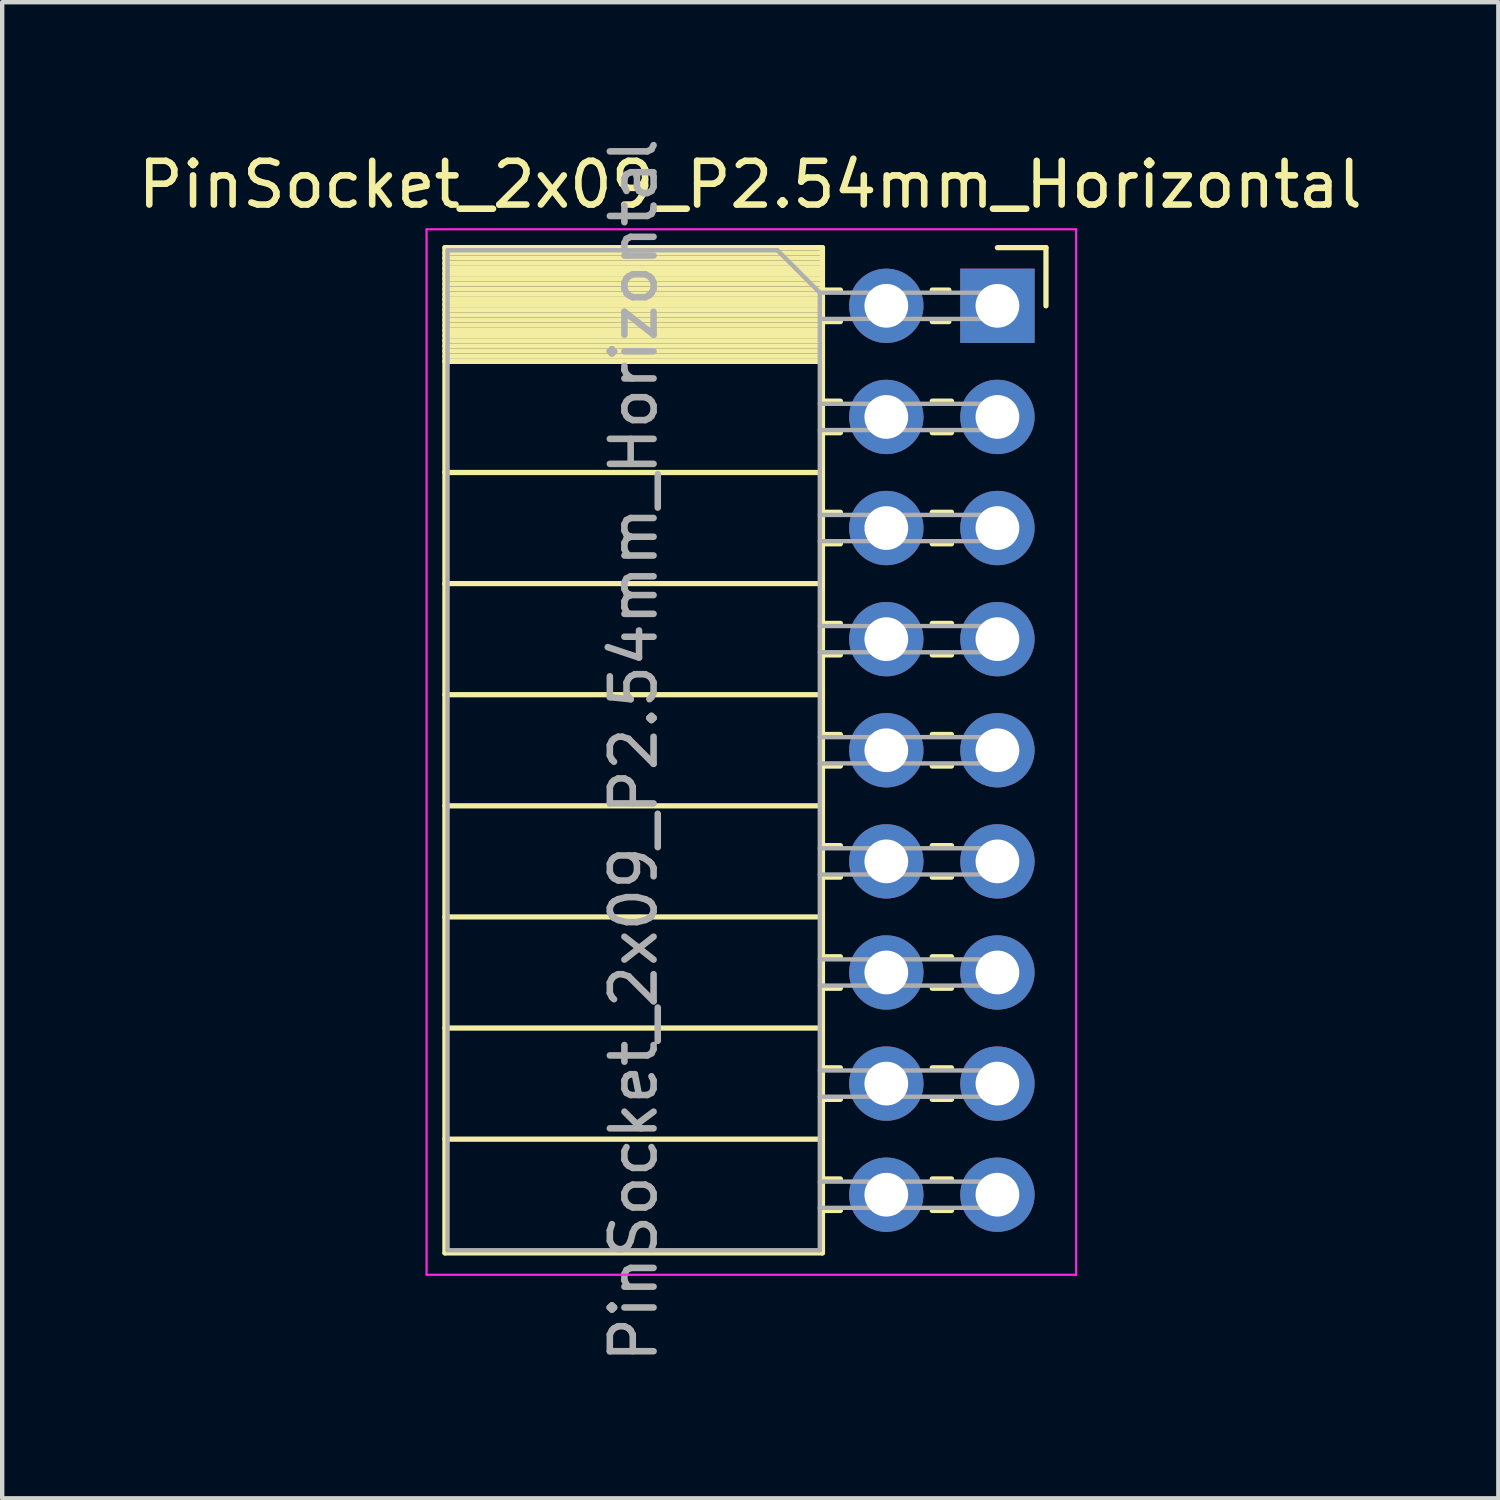
<source format=kicad_pcb>
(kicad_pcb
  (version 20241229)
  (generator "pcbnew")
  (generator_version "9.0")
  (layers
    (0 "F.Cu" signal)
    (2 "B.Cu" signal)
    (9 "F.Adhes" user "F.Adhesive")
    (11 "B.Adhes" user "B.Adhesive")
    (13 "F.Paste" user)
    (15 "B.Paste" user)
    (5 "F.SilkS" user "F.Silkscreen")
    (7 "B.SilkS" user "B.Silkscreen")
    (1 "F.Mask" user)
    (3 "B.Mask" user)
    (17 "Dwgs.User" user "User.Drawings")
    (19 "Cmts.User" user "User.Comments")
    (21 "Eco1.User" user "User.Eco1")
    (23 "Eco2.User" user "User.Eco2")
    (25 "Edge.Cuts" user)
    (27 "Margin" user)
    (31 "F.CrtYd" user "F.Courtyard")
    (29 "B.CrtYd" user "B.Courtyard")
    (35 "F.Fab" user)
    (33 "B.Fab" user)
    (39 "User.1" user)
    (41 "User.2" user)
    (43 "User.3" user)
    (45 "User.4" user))
  (footprint "PinSocket_2x09_P2.54mm_Horizontal"
    (layer "F.Cu")
    (at 19.751 3.941)
    (property "Reference" "PinSocket_2x09_P2.54mm_Horizontal" (at -5.65 -2.77 0) (layer "F.SilkS") (effects (font (size 1 1) (thickness 0.15))))
    (attr through_hole)
    (fp_line (start -12.63 -1.33) (end -12.63 21.65) (stroke (width 0.12) (type solid)) (layer "F.SilkS"))
    (fp_line (start -12.63 -1.33) (end -4 -1.33) (stroke (width 0.12) (type solid)) (layer "F.SilkS"))
    (fp_line (start -12.63 -1.21) (end -4 -1.21) (stroke (width 0.12) (type solid)) (layer "F.SilkS"))
    (fp_line (start -12.63 -1.092) (end -4 -1.092) (stroke (width 0.12) (type solid)) (layer "F.SilkS"))
    (fp_line (start -12.63 -0.974) (end -4 -0.974) (stroke (width 0.12) (type solid)) (layer "F.SilkS"))
    (fp_line (start -12.63 -0.856) (end -4 -0.856) (stroke (width 0.12) (type solid)) (layer "F.SilkS"))
    (fp_line (start -12.63 -0.738) (end -4 -0.738) (stroke (width 0.12) (type solid)) (layer "F.SilkS"))
    (fp_line (start -12.63 -0.62) (end -4 -0.62) (stroke (width 0.12) (type solid)) (layer "F.SilkS"))
    (fp_line (start -12.63 -0.501) (end -4 -0.501) (stroke (width 0.12) (type solid)) (layer "F.SilkS"))
    (fp_line (start -12.63 -0.383) (end -4 -0.383) (stroke (width 0.12) (type solid)) (layer "F.SilkS"))
    (fp_line (start -12.63 -0.265) (end -4 -0.265) (stroke (width 0.12) (type solid)) (layer "F.SilkS"))
    (fp_line (start -12.63 -0.147) (end -4 -0.147) (stroke (width 0.12) (type solid)) (layer "F.SilkS"))
    (fp_line (start -12.63 -0.029) (end -4 -0.029) (stroke (width 0.12) (type solid)) (layer "F.SilkS"))
    (fp_line (start -12.63 0.089) (end -4 0.089) (stroke (width 0.12) (type solid)) (layer "F.SilkS"))
    (fp_line (start -12.63 0.207) (end -4 0.207) (stroke (width 0.12) (type solid)) (layer "F.SilkS"))
    (fp_line (start -12.63 0.325) (end -4 0.325) (stroke (width 0.12) (type solid)) (layer "F.SilkS"))
    (fp_line (start -12.63 0.443) (end -4 0.443) (stroke (width 0.12) (type solid)) (layer "F.SilkS"))
    (fp_line (start -12.63 0.561) (end -4 0.561) (stroke (width 0.12) (type solid)) (layer "F.SilkS"))
    (fp_line (start -12.63 0.68) (end -4 0.68) (stroke (width 0.12) (type solid)) (layer "F.SilkS"))
    (fp_line (start -12.63 0.798) (end -4 0.798) (stroke (width 0.12) (type solid)) (layer "F.SilkS"))
    (fp_line (start -12.63 0.916) (end -4 0.916) (stroke (width 0.12) (type solid)) (layer "F.SilkS"))
    (fp_line (start -12.63 1.034) (end -4 1.034) (stroke (width 0.12) (type solid)) (layer "F.SilkS"))
    (fp_line (start -12.63 1.152) (end -4 1.152) (stroke (width 0.12) (type solid)) (layer "F.SilkS"))
    (fp_line (start -12.63 1.27) (end -4 1.27) (stroke (width 0.12) (type solid)) (layer "F.SilkS"))
    (fp_line (start -12.63 3.81) (end -4 3.81) (stroke (width 0.12) (type solid)) (layer "F.SilkS"))
    (fp_line (start -12.63 6.35) (end -4 6.35) (stroke (width 0.12) (type solid)) (layer "F.SilkS"))
    (fp_line (start -12.63 8.89) (end -4 8.89) (stroke (width 0.12) (type solid)) (layer "F.SilkS"))
    (fp_line (start -12.63 11.43) (end -4 11.43) (stroke (width 0.12) (type solid)) (layer "F.SilkS"))
    (fp_line (start -12.63 13.97) (end -4 13.97) (stroke (width 0.12) (type solid)) (layer "F.SilkS"))
    (fp_line (start -12.63 16.51) (end -4 16.51) (stroke (width 0.12) (type solid)) (layer "F.SilkS"))
    (fp_line (start -12.63 19.05) (end -4 19.05) (stroke (width 0.12) (type solid)) (layer "F.SilkS"))
    (fp_line (start -12.63 21.65) (end -4 21.65) (stroke (width 0.12) (type solid)) (layer "F.SilkS"))
    (fp_line (start -4 -1.33) (end -4 21.65) (stroke (width 0.12) (type solid)) (layer "F.SilkS"))
    (fp_line (start -4 -0.36) (end -3.59 -0.36) (stroke (width 0.12) (type solid)) (layer "F.SilkS"))
    (fp_line (start -4 0.36) (end -3.59 0.36) (stroke (width 0.12) (type solid)) (layer "F.SilkS"))
    (fp_line (start -4 2.18) (end -3.59 2.18) (stroke (width 0.12) (type solid)) (layer "F.SilkS"))
    (fp_line (start -4 2.9) (end -3.59 2.9) (stroke (width 0.12) (type solid)) (layer "F.SilkS"))
    (fp_line (start -4 4.72) (end -3.59 4.72) (stroke (width 0.12) (type solid)) (layer "F.SilkS"))
    (fp_line (start -4 5.44) (end -3.59 5.44) (stroke (width 0.12) (type solid)) (layer "F.SilkS"))
    (fp_line (start -4 7.26) (end -3.59 7.26) (stroke (width 0.12) (type solid)) (layer "F.SilkS"))
    (fp_line (start -4 7.98) (end -3.59 7.98) (stroke (width 0.12) (type solid)) (layer "F.SilkS"))
    (fp_line (start -4 9.8) (end -3.59 9.8) (stroke (width 0.12) (type solid)) (layer "F.SilkS"))
    (fp_line (start -4 10.52) (end -3.59 10.52) (stroke (width 0.12) (type solid)) (layer "F.SilkS"))
    (fp_line (start -4 12.34) (end -3.59 12.34) (stroke (width 0.12) (type solid)) (layer "F.SilkS"))
    (fp_line (start -4 13.06) (end -3.59 13.06) (stroke (width 0.12) (type solid)) (layer "F.SilkS"))
    (fp_line (start -4 14.88) (end -3.59 14.88) (stroke (width 0.12) (type solid)) (layer "F.SilkS"))
    (fp_line (start -4 15.6) (end -3.59 15.6) (stroke (width 0.12) (type solid)) (layer "F.SilkS"))
    (fp_line (start -4 17.42) (end -3.59 17.42) (stroke (width 0.12) (type solid)) (layer "F.SilkS"))
    (fp_line (start -4 18.14) (end -3.59 18.14) (stroke (width 0.12) (type solid)) (layer "F.SilkS"))
    (fp_line (start -4 19.96) (end -3.59 19.96) (stroke (width 0.12) (type solid)) (layer "F.SilkS"))
    (fp_line (start -4 20.68) (end -3.59 20.68) (stroke (width 0.12) (type solid)) (layer "F.SilkS"))
    (fp_line (start -1.49 -0.36) (end -1.11 -0.36) (stroke (width 0.12) (type solid)) (layer "F.SilkS"))
    (fp_line (start -1.49 0.36) (end -1.11 0.36) (stroke (width 0.12) (type solid)) (layer "F.SilkS"))
    (fp_line (start -1.49 2.18) (end -1.05 2.18) (stroke (width 0.12) (type solid)) (layer "F.SilkS"))
    (fp_line (start -1.49 2.9) (end -1.05 2.9) (stroke (width 0.12) (type solid)) (layer "F.SilkS"))
    (fp_line (start -1.49 4.72) (end -1.05 4.72) (stroke (width 0.12) (type solid)) (layer "F.SilkS"))
    (fp_line (start -1.49 5.44) (end -1.05 5.44) (stroke (width 0.12) (type solid)) (layer "F.SilkS"))
    (fp_line (start -1.49 7.26) (end -1.05 7.26) (stroke (width 0.12) (type solid)) (layer "F.SilkS"))
    (fp_line (start -1.49 7.98) (end -1.05 7.98) (stroke (width 0.12) (type solid)) (layer "F.SilkS"))
    (fp_line (start -1.49 9.8) (end -1.05 9.8) (stroke (width 0.12) (type solid)) (layer "F.SilkS"))
    (fp_line (start -1.49 10.52) (end -1.05 10.52) (stroke (width 0.12) (type solid)) (layer "F.SilkS"))
    (fp_line (start -1.49 12.34) (end -1.05 12.34) (stroke (width 0.12) (type solid)) (layer "F.SilkS"))
    (fp_line (start -1.49 13.06) (end -1.05 13.06) (stroke (width 0.12) (type solid)) (layer "F.SilkS"))
    (fp_line (start -1.49 14.88) (end -1.05 14.88) (stroke (width 0.12) (type solid)) (layer "F.SilkS"))
    (fp_line (start -1.49 15.6) (end -1.05 15.6) (stroke (width 0.12) (type solid)) (layer "F.SilkS"))
    (fp_line (start -1.49 17.42) (end -1.05 17.42) (stroke (width 0.12) (type solid)) (layer "F.SilkS"))
    (fp_line (start -1.49 18.14) (end -1.05 18.14) (stroke (width 0.12) (type solid)) (layer "F.SilkS"))
    (fp_line (start -1.49 19.96) (end -1.05 19.96) (stroke (width 0.12) (type solid)) (layer "F.SilkS"))
    (fp_line (start -1.49 20.68) (end -1.05 20.68) (stroke (width 0.12) (type solid)) (layer "F.SilkS"))
    (fp_line (start 0 -1.33) (end 1.11 -1.33) (stroke (width 0.12) (type solid)) (layer "F.SilkS"))
    (fp_line (start 1.11 -1.33) (end 1.11 0) (stroke (width 0.12) (type solid)) (layer "F.SilkS"))
    (fp_line (start -13.05 -1.75) (end -13.05 22.15) (stroke (width 0.05) (type solid)) (layer "F.CrtYd"))
    (fp_line (start -13.05 22.15) (end 1.8 22.15) (stroke (width 0.05) (type solid)) (layer "F.CrtYd"))
    (fp_line (start 1.8 -1.75) (end -13.05 -1.75) (stroke (width 0.05) (type solid)) (layer "F.CrtYd"))
    (fp_line (start 1.8 22.15) (end 1.8 -1.75) (stroke (width 0.05) (type solid)) (layer "F.CrtYd"))
    (fp_line (start -12.57 -1.27) (end -5.03 -1.27) (stroke (width 0.1) (type solid)) (layer "F.Fab"))
    (fp_line (start -12.57 21.59) (end -12.57 -1.27) (stroke (width 0.1) (type solid)) (layer "F.Fab"))
    (fp_line (start -5.03 -1.27) (end -4.06 -0.3) (stroke (width 0.1) (type solid)) (layer "F.Fab"))
    (fp_line (start -4.06 -0.3) (end -4.06 21.59) (stroke (width 0.1) (type solid)) (layer "F.Fab"))
    (fp_line (start -4.06 0.3) (end 0 0.3) (stroke (width 0.1) (type solid)) (layer "F.Fab"))
    (fp_line (start -4.06 2.84) (end 0 2.84) (stroke (width 0.1) (type solid)) (layer "F.Fab"))
    (fp_line (start -4.06 5.38) (end 0 5.38) (stroke (width 0.1) (type solid)) (layer "F.Fab"))
    (fp_line (start -4.06 7.92) (end 0 7.92) (stroke (width 0.1) (type solid)) (layer "F.Fab"))
    (fp_line (start -4.06 10.46) (end 0 10.46) (stroke (width 0.1) (type solid)) (layer "F.Fab"))
    (fp_line (start -4.06 13) (end 0 13) (stroke (width 0.1) (type solid)) (layer "F.Fab"))
    (fp_line (start -4.06 15.54) (end 0 15.54) (stroke (width 0.1) (type solid)) (layer "F.Fab"))
    (fp_line (start -4.06 18.08) (end 0 18.08) (stroke (width 0.1) (type solid)) (layer "F.Fab"))
    (fp_line (start -4.06 20.62) (end 0 20.62) (stroke (width 0.1) (type solid)) (layer "F.Fab"))
    (fp_line (start -4.06 21.59) (end -12.57 21.59) (stroke (width 0.1) (type solid)) (layer "F.Fab"))
    (fp_line (start 0 -0.3) (end -4.06 -0.3) (stroke (width 0.1) (type solid)) (layer "F.Fab"))
    (fp_line (start 0 0.3) (end 0 -0.3) (stroke (width 0.1) (type solid)) (layer "F.Fab"))
    (fp_line (start 0 2.24) (end -4.06 2.24) (stroke (width 0.1) (type solid)) (layer "F.Fab"))
    (fp_line (start 0 2.84) (end 0 2.24) (stroke (width 0.1) (type solid)) (layer "F.Fab"))
    (fp_line (start 0 4.78) (end -4.06 4.78) (stroke (width 0.1) (type solid)) (layer "F.Fab"))
    (fp_line (start 0 5.38) (end 0 4.78) (stroke (width 0.1) (type solid)) (layer "F.Fab"))
    (fp_line (start 0 7.32) (end -4.06 7.32) (stroke (width 0.1) (type solid)) (layer "F.Fab"))
    (fp_line (start 0 7.92) (end 0 7.32) (stroke (width 0.1) (type solid)) (layer "F.Fab"))
    (fp_line (start 0 9.86) (end -4.06 9.86) (stroke (width 0.1) (type solid)) (layer "F.Fab"))
    (fp_line (start 0 10.46) (end 0 9.86) (stroke (width 0.1) (type solid)) (layer "F.Fab"))
    (fp_line (start 0 12.4) (end -4.06 12.4) (stroke (width 0.1) (type solid)) (layer "F.Fab"))
    (fp_line (start 0 13) (end 0 12.4) (stroke (width 0.1) (type solid)) (layer "F.Fab"))
    (fp_line (start 0 14.94) (end -4.06 14.94) (stroke (width 0.1) (type solid)) (layer "F.Fab"))
    (fp_line (start 0 15.54) (end 0 14.94) (stroke (width 0.1) (type solid)) (layer "F.Fab"))
    (fp_line (start 0 17.48) (end -4.06 17.48) (stroke (width 0.1) (type solid)) (layer "F.Fab"))
    (fp_line (start 0 18.08) (end 0 17.48) (stroke (width 0.1) (type solid)) (layer "F.Fab"))
    (fp_line (start 0 20.02) (end -4.06 20.02) (stroke (width 0.1) (type solid)) (layer "F.Fab"))
    (fp_line (start 0 20.62) (end 0 20.02) (stroke (width 0.1) (type solid)) (layer "F.Fab"))
    (fp_text user "${REFERENCE}" (at -8.315 10.16 90) (layer "F.Fab") (effects (font (size 1 1) (thickness 0.15))))
    (pad "1" thru_hole rect (at 0 0) (size 1.7 1.7) (drill 1) (layers "*.Cu" "*.Mask"))
    (pad "2" thru_hole oval (at -2.54 0) (size 1.7 1.7) (drill 1) (layers "*.Cu" "*.Mask"))
    (pad "3" thru_hole oval (at 0 2.54) (size 1.7 1.7) (drill 1) (layers "*.Cu" "*.Mask"))
    (pad "4" thru_hole oval (at -2.54 2.54) (size 1.7 1.7) (drill 1) (layers "*.Cu" "*.Mask"))
    (pad "5" thru_hole oval (at 0 5.08) (size 1.7 1.7) (drill 1) (layers "*.Cu" "*.Mask"))
    (pad "6" thru_hole oval (at -2.54 5.08) (size 1.7 1.7) (drill 1) (layers "*.Cu" "*.Mask"))
    (pad "7" thru_hole oval (at 0 7.62) (size 1.7 1.7) (drill 1) (layers "*.Cu" "*.Mask"))
    (pad "8" thru_hole oval (at -2.54 7.62) (size 1.7 1.7) (drill 1) (layers "*.Cu" "*.Mask"))
    (pad "9" thru_hole oval (at 0 10.16) (size 1.7 1.7) (drill 1) (layers "*.Cu" "*.Mask"))
    (pad "10" thru_hole oval (at -2.54 10.16) (size 1.7 1.7) (drill 1) (layers "*.Cu" "*.Mask"))
    (pad "11" thru_hole oval (at 0 12.7) (size 1.7 1.7) (drill 1) (layers "*.Cu" "*.Mask"))
    (pad "12" thru_hole oval (at -2.54 12.7) (size 1.7 1.7) (drill 1) (layers "*.Cu" "*.Mask"))
    (pad "13" thru_hole oval (at 0 15.24) (size 1.7 1.7) (drill 1) (layers "*.Cu" "*.Mask"))
    (pad "14" thru_hole oval (at -2.54 15.24) (size 1.7 1.7) (drill 1) (layers "*.Cu" "*.Mask"))
    (pad "15" thru_hole oval (at 0 17.78) (size 1.7 1.7) (drill 1) (layers "*.Cu" "*.Mask"))
    (pad "16" thru_hole oval (at -2.54 17.78) (size 1.7 1.7) (drill 1) (layers "*.Cu" "*.Mask"))
    (pad "17" thru_hole oval (at 0 20.32) (size 1.7 1.7) (drill 1) (layers "*.Cu" "*.Mask"))
    (pad "18" thru_hole oval (at -2.54 20.32) (size 1.7 1.7) (drill 1) (layers "*.Cu" "*.Mask")))
  (gr_rect
    (start -3 -3)
    (end 31.202 31.202)
    (stroke (width 0.1) (type default))
    (fill no)
    (layer "Edge.Cuts")))
</source>
